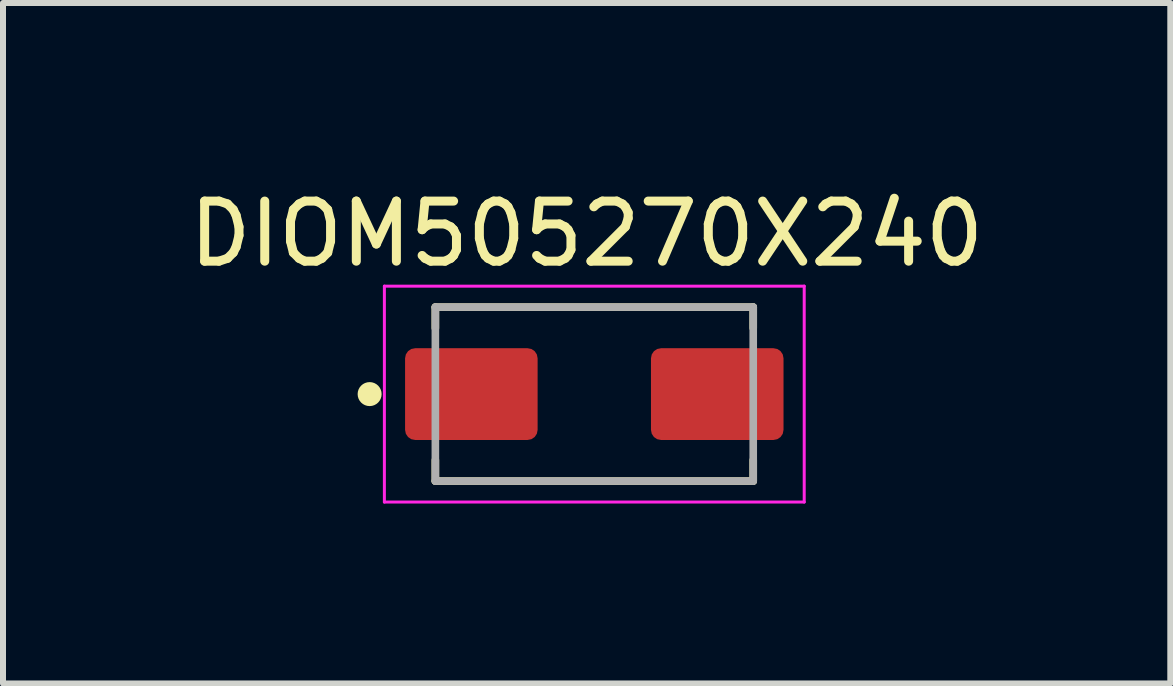
<source format=kicad_pcb>
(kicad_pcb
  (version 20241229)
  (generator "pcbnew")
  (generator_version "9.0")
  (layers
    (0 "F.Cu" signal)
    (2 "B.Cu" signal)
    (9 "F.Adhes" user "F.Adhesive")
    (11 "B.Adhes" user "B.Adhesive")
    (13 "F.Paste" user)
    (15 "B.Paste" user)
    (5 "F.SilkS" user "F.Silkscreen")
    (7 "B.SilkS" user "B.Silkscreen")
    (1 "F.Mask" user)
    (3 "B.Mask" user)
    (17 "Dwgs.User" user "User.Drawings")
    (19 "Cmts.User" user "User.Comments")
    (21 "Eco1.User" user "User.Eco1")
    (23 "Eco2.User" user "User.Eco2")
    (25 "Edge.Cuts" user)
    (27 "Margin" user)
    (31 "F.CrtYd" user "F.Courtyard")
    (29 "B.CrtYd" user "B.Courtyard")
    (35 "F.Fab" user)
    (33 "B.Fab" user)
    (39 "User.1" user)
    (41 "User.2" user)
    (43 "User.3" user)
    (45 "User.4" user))
  (footprint "DIOM505270X240"
    (layer "F.Cu")
    (at 6.859 3.521)
    (property "Reference" "DIOM505270X240" (at -0.127 -2.672 0) (layer "F.SilkS") (effects (font (size 1.002 1.002) (thickness 0.15))))
    (attr through_hole)
    (fp_line (start -2.65 -1.45) (end 2.65 -1.45) (stroke (width 0.127) (type solid)) (layer "F.SilkS"))
    (fp_line (start -2.65 -1.1) (end -2.65 -1.45) (stroke (width 0.127) (type solid)) (layer "F.SilkS"))
    (fp_line (start -2.65 1.1) (end -2.65 1.45) (stroke (width 0.127) (type solid)) (layer "F.SilkS"))
    (fp_line (start -2.65 1.45) (end 2.65 1.45) (stroke (width 0.127) (type solid)) (layer "F.SilkS"))
    (fp_line (start 2.65 -1.45) (end 2.65 -1.1) (stroke (width 0.127) (type solid)) (layer "F.SilkS"))
    (fp_line (start 2.65 1.45) (end 2.65 1.1) (stroke (width 0.127) (type solid)) (layer "F.SilkS"))
    (fp_circle (center -3.746 0) (end -3.646 0) (stroke (width 0.2) (type solid)) (fill no) (layer "F.SilkS"))
    (fp_line (start -3.5 -1.8) (end 3.5 -1.8) (stroke (width 0.05) (type solid)) (layer "F.CrtYd"))
    (fp_line (start -3.5 1.8) (end -3.5 -1.8) (stroke (width 0.05) (type solid)) (layer "F.CrtYd"))
    (fp_line (start 3.5 -1.8) (end 3.5 1.8) (stroke (width 0.05) (type solid)) (layer "F.CrtYd"))
    (fp_line (start 3.5 1.8) (end -3.5 1.8) (stroke (width 0.05) (type solid)) (layer "F.CrtYd"))
    (fp_line (start -2.65 -1.45) (end 2.65 -1.45) (stroke (width 0.127) (type solid)) (layer "F.Fab"))
    (fp_line (start -2.65 1.45) (end -2.65 -1.45) (stroke (width 0.127) (type solid)) (layer "F.Fab"))
    (fp_line (start 2.65 -1.45) (end 2.65 1.45) (stroke (width 0.127) (type solid)) (layer "F.Fab"))
    (fp_line (start 2.65 1.45) (end -2.65 1.45) (stroke (width 0.127) (type solid)) (layer "F.Fab"))
    (pad "1" smd roundrect (at 2.05 0) (size 2.21 1.53) (layers "F.Cu" "F.Mask" "F.Paste") (roundrect_rratio 0.11))
    (pad "2" smd roundrect (at -2.05 0) (size 2.21 1.53) (layers "F.Cu" "F.Mask" "F.Paste") (roundrect_rratio 0.11)))
  (gr_rect
    (start -3 -3)
    (end 16.463 8.346)
    (stroke (width 0.1) (type default))
    (fill no)
    (layer "Edge.Cuts")))
</source>
